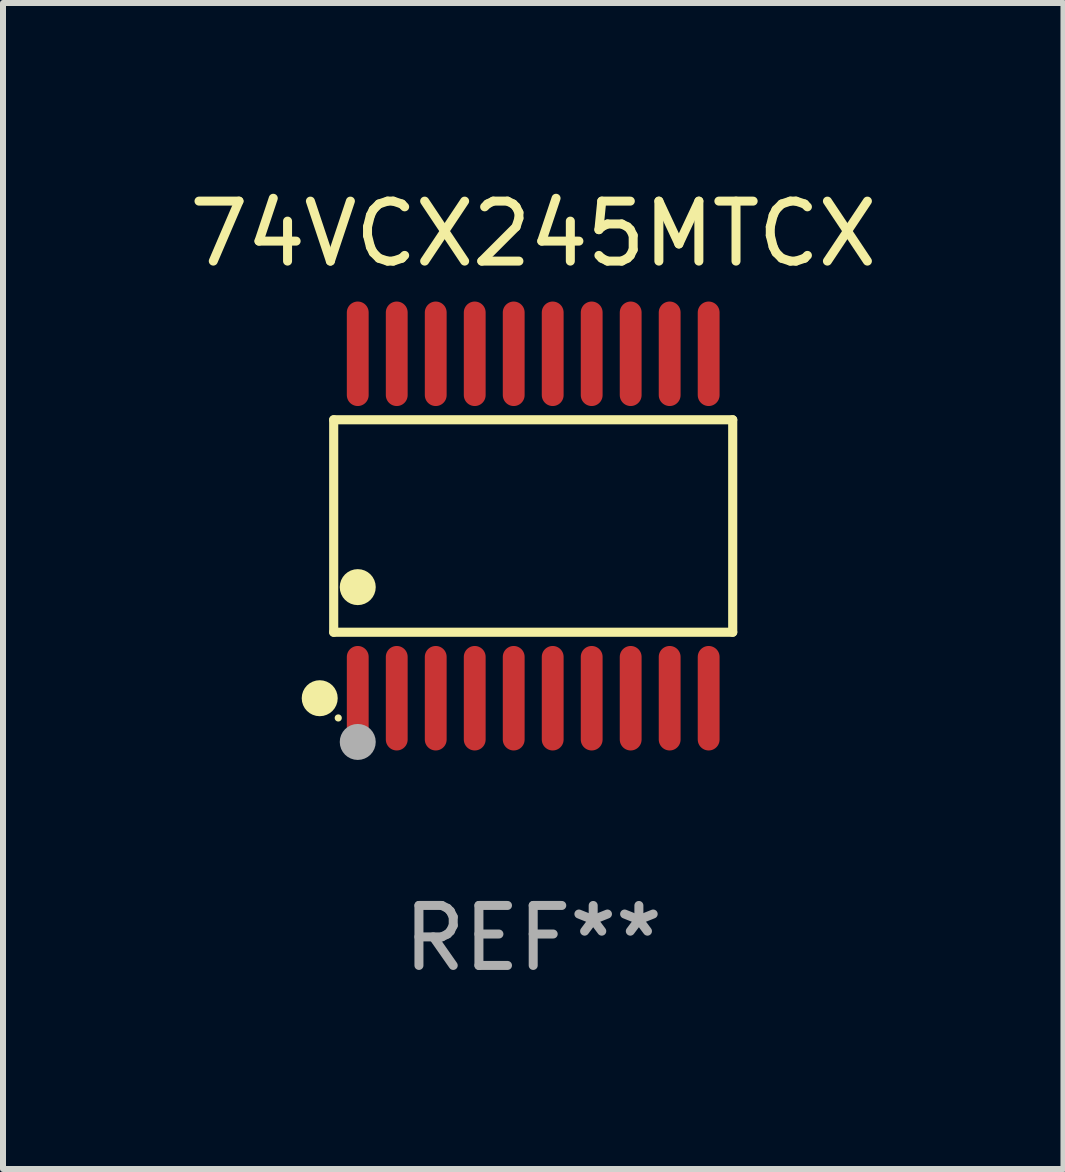
<source format=kicad_pcb>
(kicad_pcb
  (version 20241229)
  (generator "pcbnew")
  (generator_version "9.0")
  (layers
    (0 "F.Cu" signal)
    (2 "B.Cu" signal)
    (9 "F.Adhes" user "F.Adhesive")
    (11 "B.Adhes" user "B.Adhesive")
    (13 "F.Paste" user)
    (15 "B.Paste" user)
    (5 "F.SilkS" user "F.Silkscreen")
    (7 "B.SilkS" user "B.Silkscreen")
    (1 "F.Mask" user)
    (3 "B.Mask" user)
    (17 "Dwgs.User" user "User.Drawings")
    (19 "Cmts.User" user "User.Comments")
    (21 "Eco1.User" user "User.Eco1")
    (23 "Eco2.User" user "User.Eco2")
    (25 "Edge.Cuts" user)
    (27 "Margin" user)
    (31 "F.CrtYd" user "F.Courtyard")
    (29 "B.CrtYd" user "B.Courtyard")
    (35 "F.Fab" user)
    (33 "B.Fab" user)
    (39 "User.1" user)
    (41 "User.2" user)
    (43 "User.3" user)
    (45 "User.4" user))
  (footprint "74VCX245MTCX"
    (layer "F.Cu")
    (at 5.839 5.719)
    (property "Reference" "74VCX245MTCX" (at 0 -4.871 0) (layer "F.SilkS") (effects (font (size 1 1) (thickness 0.15))))
    (attr through_hole)
    (fp_line (start -3.326 -1.771) (end 3.326 -1.771) (stroke (width 0.152) (type solid)) (layer "F.SilkS"))
    (fp_line (start -3.326 1.771) (end -3.326 -1.771) (stroke (width 0.152) (type solid)) (layer "F.SilkS"))
    (fp_line (start 3.326 -1.771) (end 3.326 1.771) (stroke (width 0.152) (type solid)) (layer "F.SilkS"))
    (fp_line (start 3.326 1.771) (end -3.326 1.771) (stroke (width 0.152) (type solid)) (layer "F.SilkS"))
    (fp_circle (center -3.559 2.871) (end -3.409 2.871) (stroke (width 0.3) (type solid)) (fill no) (layer "F.SilkS"))
    (fp_circle (center -3.25 3.2) (end -3.22 3.2) (stroke (width 0.06) (type solid)) (fill no) (layer "F.SilkS"))
    (fp_circle (center -2.925 1.019) (end -2.775 1.019) (stroke (width 0.3) (type solid)) (fill no) (layer "F.SilkS"))
    (fp_circle (center -2.925 3.6) (end -2.775 3.6) (stroke (width 0.3) (type solid)) (fill no) (layer "F.Fab"))
    (fp_text user "REF**" (at 0 6.871 0) (layer "F.Fab") (effects (font (size 1 1) (thickness 0.15))))
    (pad "1" smd oval (at -2.925 2.871) (size 0.364 1.742) (layers "F.Cu" "F.Mask" "F.Paste"))
    (pad "2" smd oval (at -2.275 2.871) (size 0.364 1.742) (layers "F.Cu" "F.Mask" "F.Paste"))
    (pad "3" smd oval (at -1.625 2.871) (size 0.364 1.742) (layers "F.Cu" "F.Mask" "F.Paste"))
    (pad "4" smd oval (at -0.975 2.871) (size 0.364 1.742) (layers "F.Cu" "F.Mask" "F.Paste"))
    (pad "5" smd oval (at -0.325 2.871) (size 0.364 1.742) (layers "F.Cu" "F.Mask" "F.Paste"))
    (pad "6" smd oval (at 0.325 2.871) (size 0.364 1.742) (layers "F.Cu" "F.Mask" "F.Paste"))
    (pad "7" smd oval (at 0.975 2.871) (size 0.364 1.742) (layers "F.Cu" "F.Mask" "F.Paste"))
    (pad "8" smd oval (at 1.625 2.871) (size 0.364 1.742) (layers "F.Cu" "F.Mask" "F.Paste"))
    (pad "9" smd oval (at 2.275 2.871) (size 0.364 1.742) (layers "F.Cu" "F.Mask" "F.Paste"))
    (pad "10" smd oval (at 2.925 2.871) (size 0.364 1.742) (layers "F.Cu" "F.Mask" "F.Paste"))
    (pad "11" smd oval (at 2.925 -2.871) (size 0.364 1.742) (layers "F.Cu" "F.Mask" "F.Paste"))
    (pad "12" smd oval (at 2.275 -2.871) (size 0.364 1.742) (layers "F.Cu" "F.Mask" "F.Paste"))
    (pad "13" smd oval (at 1.625 -2.871) (size 0.364 1.742) (layers "F.Cu" "F.Mask" "F.Paste"))
    (pad "14" smd oval (at 0.975 -2.871) (size 0.364 1.742) (layers "F.Cu" "F.Mask" "F.Paste"))
    (pad "15" smd oval (at 0.325 -2.871) (size 0.364 1.742) (layers "F.Cu" "F.Mask" "F.Paste"))
    (pad "16" smd oval (at -0.325 -2.871) (size 0.364 1.742) (layers "F.Cu" "F.Mask" "F.Paste"))
    (pad "17" smd oval (at -0.975 -2.871) (size 0.364 1.742) (layers "F.Cu" "F.Mask" "F.Paste"))
    (pad "18" smd oval (at -1.625 -2.871) (size 0.364 1.742) (layers "F.Cu" "F.Mask" "F.Paste"))
    (pad "19" smd oval (at -2.275 -2.871) (size 0.364 1.742) (layers "F.Cu" "F.Mask" "F.Paste"))
    (pad "20" smd oval (at -2.925 -2.871) (size 0.364 1.742) (layers "F.Cu" "F.Mask" "F.Paste")))
  (gr_rect
    (start -3 -3)
    (end 14.679 16.438)
    (stroke (width 0.1) (type default))
    (fill no)
    (layer "Edge.Cuts")))
</source>
